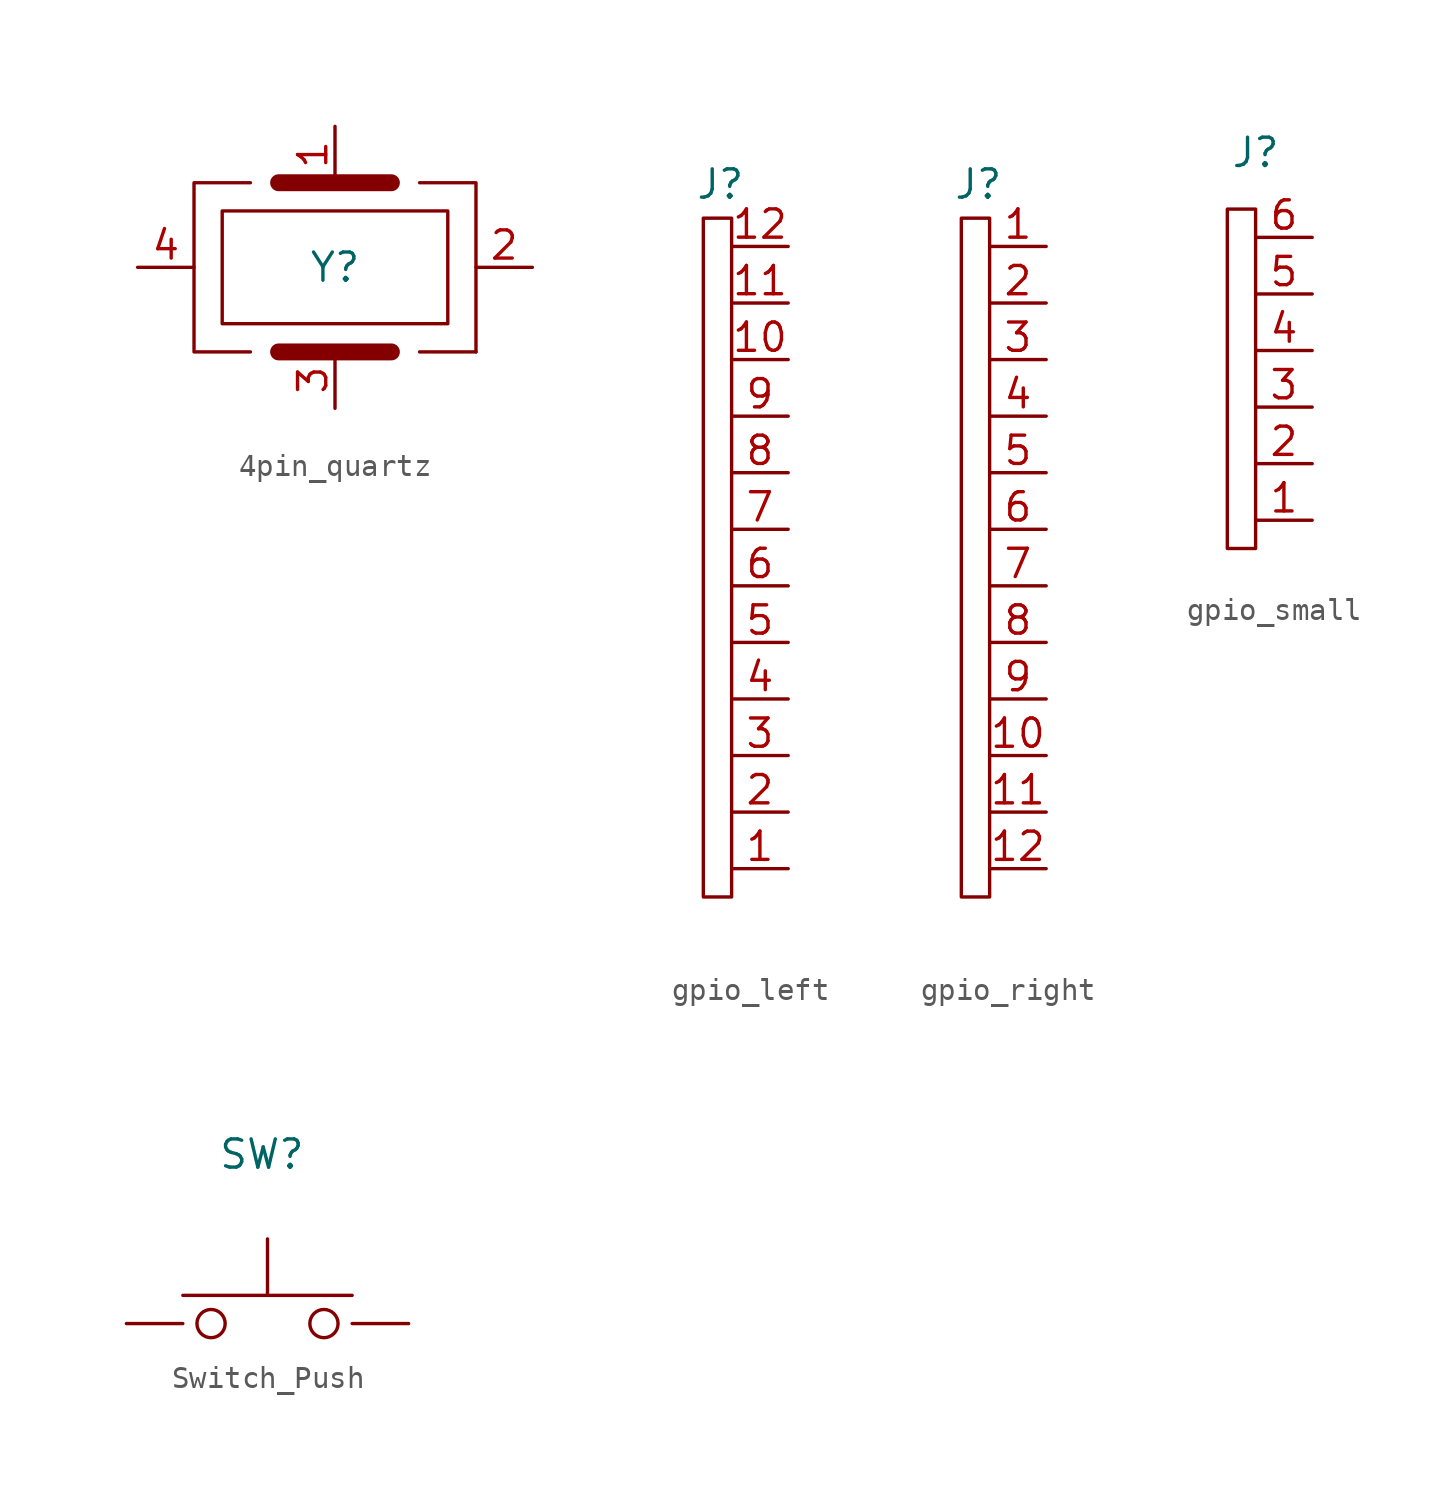
<source format=kicad_sym>
(kicad_symbol_lib
  (version 20241209)
  (generator "kicad_symbol_editor")
  (generator_version "9.0")
  (symbol "4pin_quartz"
    (property "Reference" "Y"
      (at 0 0 0)
      (effects (font (size 1.27 1.27))))
    (property "Value" ""
      (at 0 0 0)
      (effects (font (size 1.27 1.27))))
    (symbol "4pin_quartz_0_1"
      (rectangle (start -5.08 2.54) (end 5.08 -2.54) (stroke (width 0) (type default)) (fill (type none)))
      (polyline (pts (xy -3.81 3.81) (xy -6.35 3.81) (xy -6.35 -3.81) (xy -3.81 -3.81)) (stroke (width 0) (type default)) (fill (type none)))
      (polyline (pts (xy -2.54 3.81) (xy 2.54 3.81)) (stroke (width 0.762) (type default)) (fill (type none)))
      (polyline (pts (xy -2.54 -3.81) (xy 2.54 -3.81)) (stroke (width 0.762) (type default)) (fill (type none)))
      (polyline (pts (xy 3.81 3.81) (xy 6.35 3.81) (xy 6.35 -3.81)) (stroke (width 0) (type default)) (fill (type none)))
      (polyline (pts (xy 6.35 -3.81) (xy 3.81 -3.81)) (stroke (width 0) (type default)) (fill (type none))))
    (symbol "4pin_quartz_1_1"
      (pin output line (at -8.89 0 0) (length 2.54) (name "" (effects (font (size 1.27 1.27)))) (number "4" (effects (font (size 1.27 1.27)))))
      (pin passive line (at 0 6.35 270) (length 2.54) (name "" (effects (font (size 1.27 1.27)))) (number "1" (effects (font (size 1.27 1.27)))))
      (pin passive line (at 0 -6.35 90) (length 2.54) (name "" (effects (font (size 1.27 1.27)))) (number "3" (effects (font (size 1.27 1.27)))))
      (pin input line (at 8.89 0 180) (length 2.54) (name "" (effects (font (size 1.27 1.27)))) (number "2" (effects (font (size 1.27 1.27)))))))
  (symbol "gpio_left"
    (property "Reference" "J"
      (at -0.508 18.034 0)
      (effects (font (size 1.27 1.27))))
    (property "Value" ""
      (at 0 0 0)
      (effects (font (size 1.27 1.27))))
    (symbol "gpio_left_0_1"
      (rectangle (start -1.27 16.51) (end 0 -13.97) (stroke (width 0) (type default)) (fill (type none))))
    (symbol "gpio_left_1_0"
      (pin bidirectional line (at 2.54 15.24 180) (length 2.54) (name "" (effects (font (size 1.27 1.27)))) (number "12" (effects (font (size 1.27 1.27)))))
      (pin bidirectional line (at 2.54 12.7 180) (length 2.54) (name "" (effects (font (size 1.27 1.27)))) (number "11" (effects (font (size 1.27 1.27)))))
      (pin bidirectional line (at 2.54 10.16 180) (length 2.54) (name "" (effects (font (size 1.27 1.27)))) (number "10" (effects (font (size 1.27 1.27)))))
      (pin power_in line (at 2.54 7.62 180) (length 2.54) (name "" (effects (font (size 1.27 1.27)))) (number "9" (effects (font (size 1.27 1.27)))))
      (pin bidirectional line (at 2.54 5.08 180) (length 2.54) (name "" (effects (font (size 1.27 1.27)))) (number "8" (effects (font (size 1.27 1.27)))))
      (pin bidirectional line (at 2.54 2.54 180) (length 2.54) (name "" (effects (font (size 1.27 1.27)))) (number "7" (effects (font (size 1.27 1.27)))))
      (pin bidirectional line (at 2.54 0 180) (length 2.54) (name "" (effects (font (size 1.27 1.27)))) (number "6" (effects (font (size 1.27 1.27)))))
      (pin bidirectional line (at 2.54 -2.54 180) (length 2.54) (name "" (effects (font (size 1.27 1.27)))) (number "5" (effects (font (size 1.27 1.27)))))
      (pin bidirectional line (at 2.54 -5.08 180) (length 2.54) (name "" (effects (font (size 1.27 1.27)))) (number "4" (effects (font (size 1.27 1.27)))))
      (pin bidirectional line (at 2.54 -7.62 180) (length 2.54) (name "" (effects (font (size 1.27 1.27)))) (number "3" (effects (font (size 1.27 1.27)))))
      (pin bidirectional line (at 2.54 -10.16 180) (length 2.54) (name "" (effects (font (size 1.27 1.27)))) (number "2" (effects (font (size 1.27 1.27)))))
      (pin bidirectional line (at 2.54 -12.7 180) (length 2.54) (name "" (effects (font (size 1.27 1.27)))) (number "1" (effects (font (size 1.27 1.27)))))))
  (symbol "gpio_right"
    (property "Reference" "J"
      (at -0.508 18.034 0)
      (effects (font (size 1.27 1.27))))
    (property "Value" ""
      (at 0 0 0)
      (effects (font (size 1.27 1.27))))
    (symbol "gpio_right_0_1"
      (rectangle (start -1.27 -13.97) (end 0 16.51) (stroke (width 0) (type default)) (fill (type none))))
    (symbol "gpio_right_1_0"
      (pin power_out line (at 2.54 15.24 180) (length 2.54) (name "" (effects (font (size 1.27 1.27)))) (number "1" (effects (font (size 1.27 1.27)))))
      (pin power_in line (at 2.54 12.7 180) (length 2.54) (name "" (effects (font (size 1.27 1.27)))) (number "2" (effects (font (size 1.27 1.27)))))
      (pin bidirectional line (at 2.54 10.16 180) (length 2.54) (name "" (effects (font (size 1.27 1.27)))) (number "3" (effects (font (size 1.27 1.27)))))
      (pin power_in line (at 2.54 7.62 180) (length 2.54) (name "" (effects (font (size 1.27 1.27)))) (number "4" (effects (font (size 1.27 1.27)))))
      (pin bidirectional line (at 2.54 5.08 180) (length 2.54) (name "" (effects (font (size 1.27 1.27)))) (number "5" (effects (font (size 1.27 1.27)))))
      (pin bidirectional line (at 2.54 2.54 180) (length 2.54) (name "" (effects (font (size 1.27 1.27)))) (number "6" (effects (font (size 1.27 1.27)))))
      (pin bidirectional line (at 2.54 0 180) (length 2.54) (name "" (effects (font (size 1.27 1.27)))) (number "7" (effects (font (size 1.27 1.27)))))
      (pin bidirectional line (at 2.54 -2.54 180) (length 2.54) (name "" (effects (font (size 1.27 1.27)))) (number "8" (effects (font (size 1.27 1.27)))))
      (pin bidirectional line (at 2.54 -5.08 180) (length 2.54) (name "" (effects (font (size 1.27 1.27)))) (number "9" (effects (font (size 1.27 1.27)))))
      (pin bidirectional line (at 2.54 -7.62 180) (length 2.54) (name "" (effects (font (size 1.27 1.27)))) (number "10" (effects (font (size 1.27 1.27)))))
      (pin bidirectional line (at 2.54 -10.16 180) (length 2.54) (name "" (effects (font (size 1.27 1.27)))) (number "11" (effects (font (size 1.27 1.27)))))
      (pin bidirectional line (at 2.54 -12.7 180) (length 2.54) (name "" (effects (font (size 1.27 1.27)))) (number "12" (effects (font (size 1.27 1.27)))))))
  (symbol "gpio_small"
    (property "Reference" "J"
      (at 0 16.51 0)
      (effects (font (size 1.27 1.27))))
    (property "Value" ""
      (at 0 0 0)
      (effects (font (size 1.27 1.27))))
    (symbol "gpio_small_0_1"
      (rectangle (start -1.27 13.97) (end 0 -1.27) (stroke (width 0) (type default)) (fill (type none))))
    (symbol "gpio_small_1_0"
      (pin power_in line (at 2.54 12.7 180) (length 2.54) (name "" (effects (font (size 1.27 1.27)))) (number "6" (effects (font (size 1.27 1.27)))))
      (pin power_in line (at 2.54 10.16 180) (length 2.54) (name "" (effects (font (size 1.27 1.27)))) (number "5" (effects (font (size 1.27 1.27)))))
      (pin power_in line (at 2.54 7.62 180) (length 2.54) (name "" (effects (font (size 1.27 1.27)))) (number "4" (effects (font (size 1.27 1.27)))))
      (pin bidirectional line (at 2.54 5.08 180) (length 2.54) (name "" (effects (font (size 1.27 1.27)))) (number "3" (effects (font (size 1.27 1.27)))))
      (pin bidirectional line (at 2.54 2.54 180) (length 2.54) (name "" (effects (font (size 1.27 1.27)))) (number "2" (effects (font (size 1.27 1.27)))))
      (pin bidirectional line (at 2.54 0 180) (length 2.54) (name "" (effects (font (size 1.27 1.27)))) (number "1" (effects (font (size 1.27 1.27)))))))
  (symbol "Switch_Push"
    (pin_numbers
      (hide yes))
    (property "Reference" "SW"
      (at -0.254 7.62 0)
      (effects (font (size 1.27 1.27))))
    (property "Value" ""
      (at 0 0 0)
      (effects (font (size 1.27 1.27))))
    (symbol "Switch_Push_0_1"
      (polyline (pts (xy -3.81 1.27) (xy 3.81 1.27)) (stroke (width 0) (type default)) (fill (type none)))
      (circle (center -2.54 0) (radius 0.635) (stroke (width 0) (type default)) (fill (type none)))
      (polyline (pts (xy 0 1.27) (xy 0 3.81)) (stroke (width 0) (type default)) (fill (type none)))
      (circle (center 2.54 0) (radius 0.635) (stroke (width 0) (type default)) (fill (type none))))
    (symbol "Switch_Push_1_1"
      (pin passive line (at -6.35 0 0) (length 2.54) (name "" (effects (font (size 1.27 1.27)))) (number "1" (effects (font (size 1.27 1.27)))))
      (pin passive line (at 6.35 0 180) (length 2.54) (name "" (effects (font (size 1.27 1.27)))) (number "2" (effects (font (size 1.27 1.27))))))))
</source>
